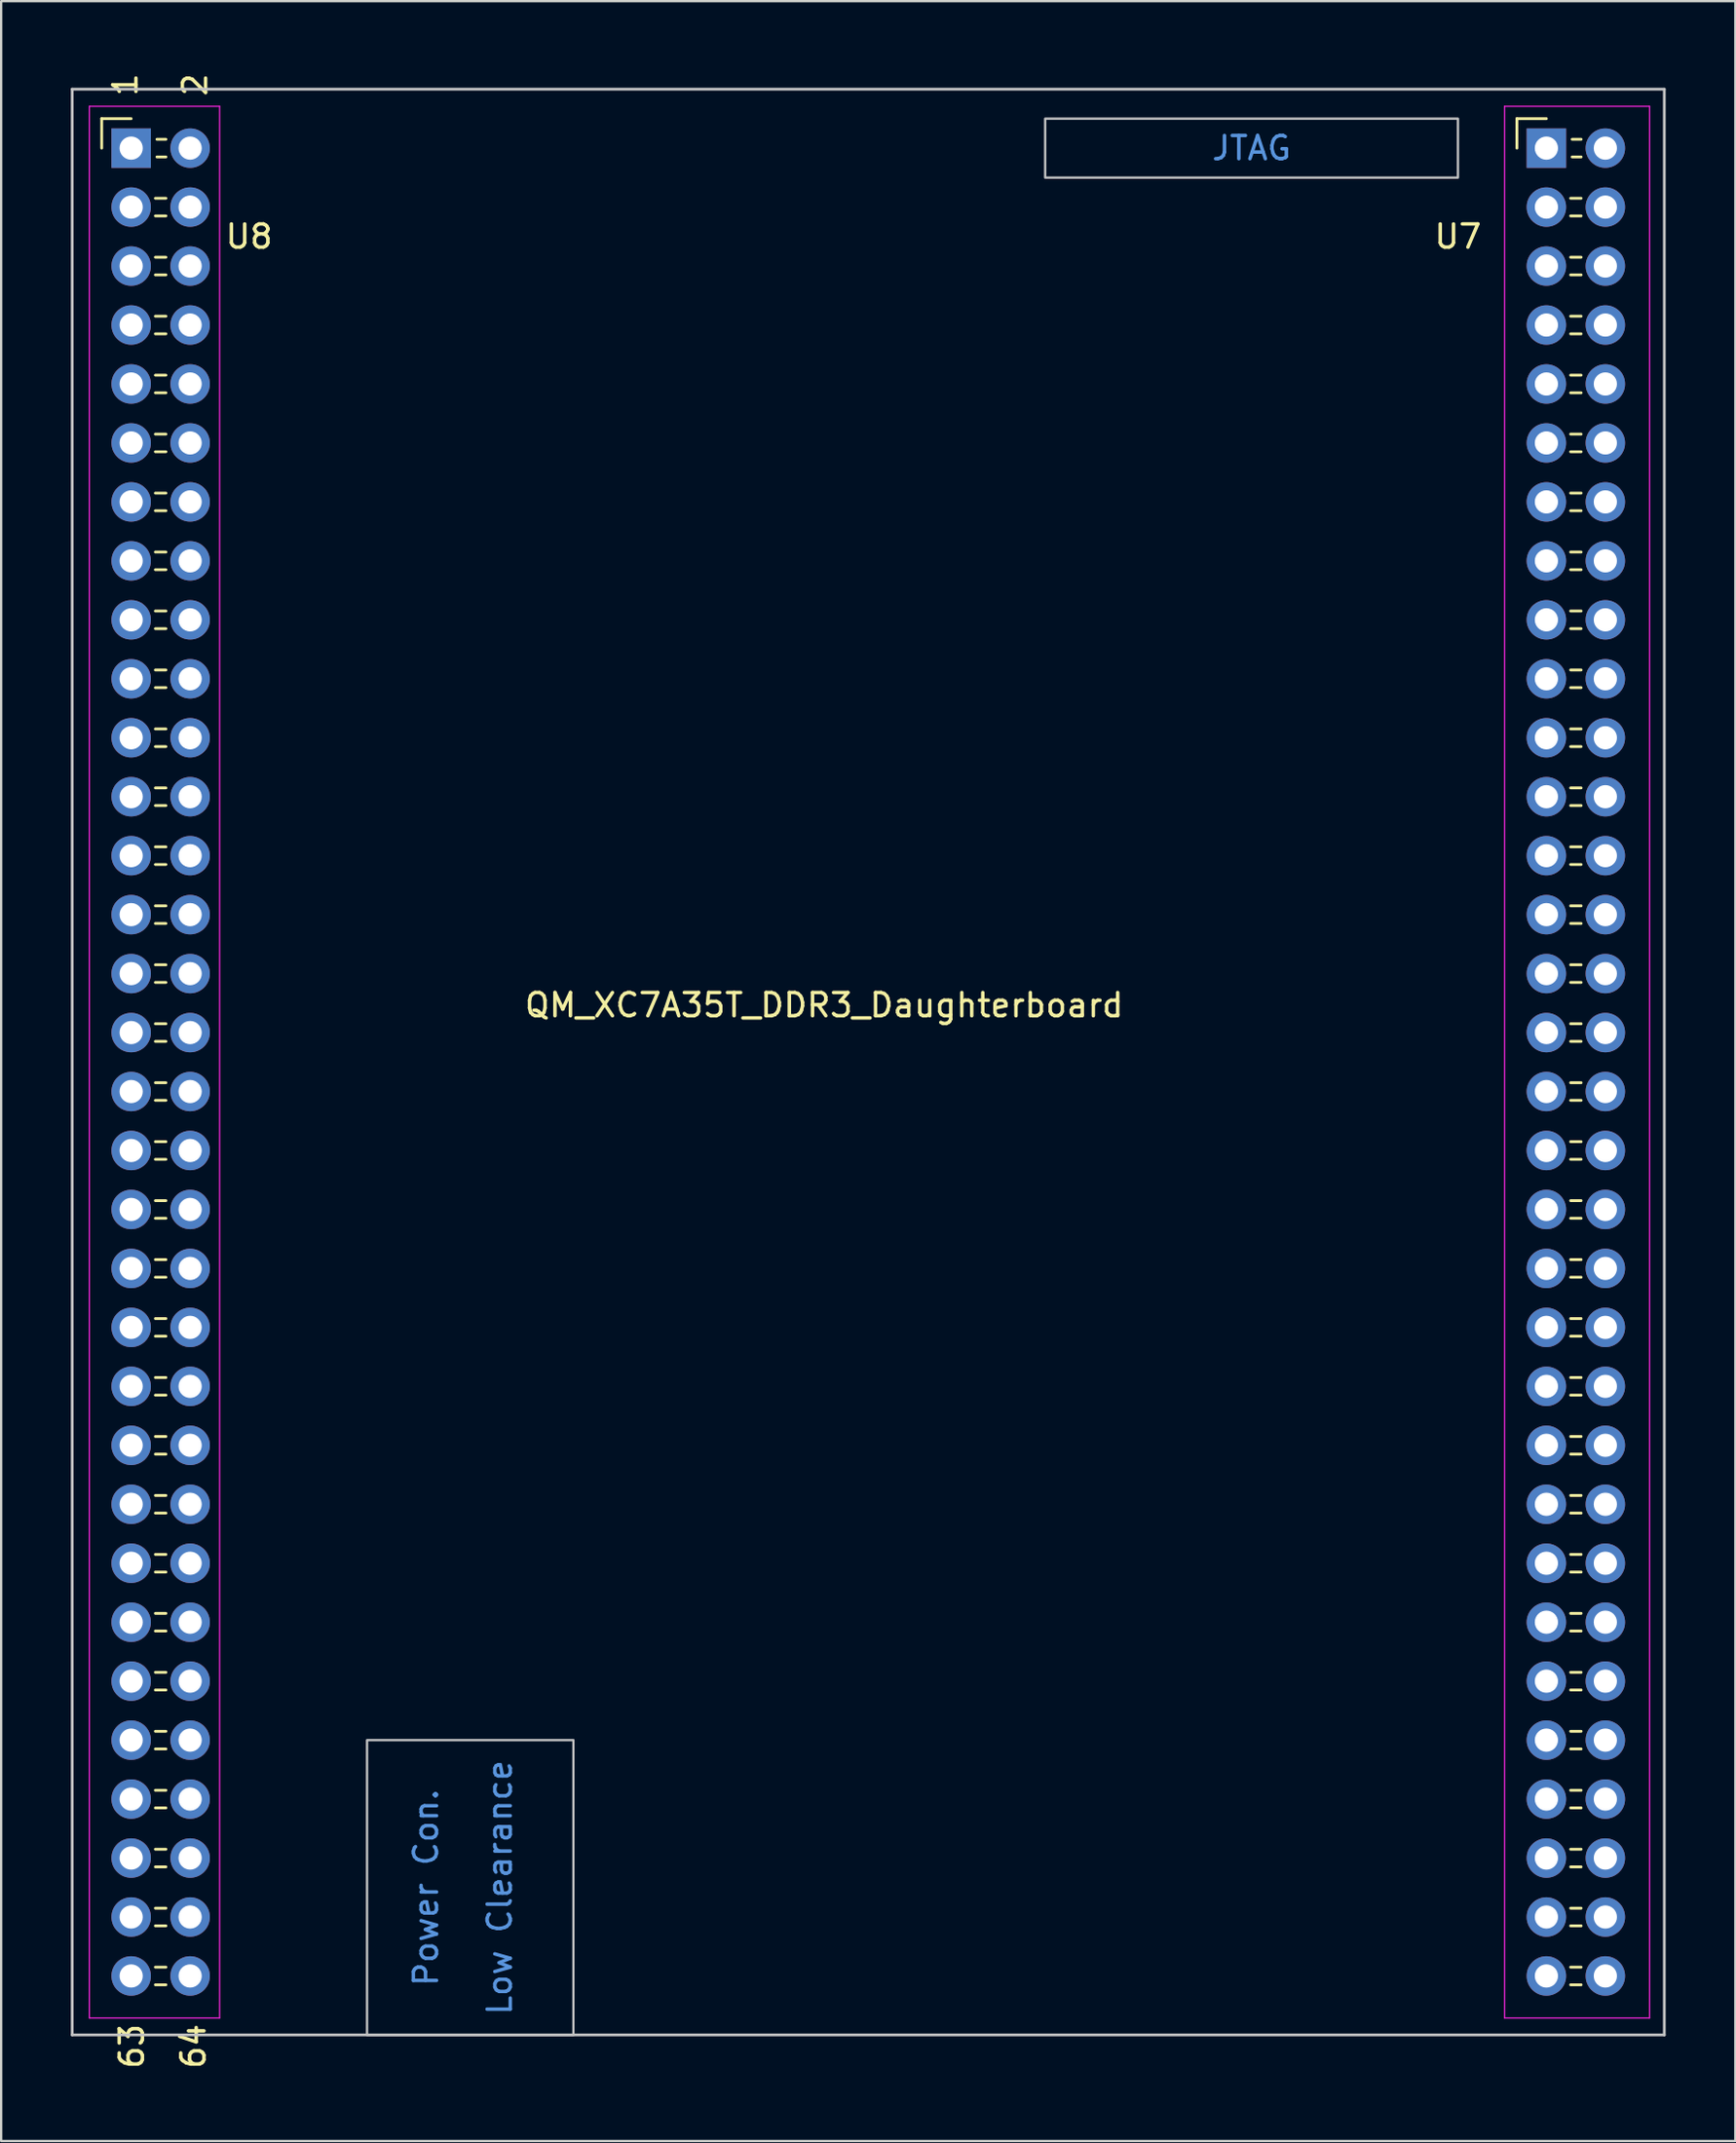
<source format=kicad_pcb>
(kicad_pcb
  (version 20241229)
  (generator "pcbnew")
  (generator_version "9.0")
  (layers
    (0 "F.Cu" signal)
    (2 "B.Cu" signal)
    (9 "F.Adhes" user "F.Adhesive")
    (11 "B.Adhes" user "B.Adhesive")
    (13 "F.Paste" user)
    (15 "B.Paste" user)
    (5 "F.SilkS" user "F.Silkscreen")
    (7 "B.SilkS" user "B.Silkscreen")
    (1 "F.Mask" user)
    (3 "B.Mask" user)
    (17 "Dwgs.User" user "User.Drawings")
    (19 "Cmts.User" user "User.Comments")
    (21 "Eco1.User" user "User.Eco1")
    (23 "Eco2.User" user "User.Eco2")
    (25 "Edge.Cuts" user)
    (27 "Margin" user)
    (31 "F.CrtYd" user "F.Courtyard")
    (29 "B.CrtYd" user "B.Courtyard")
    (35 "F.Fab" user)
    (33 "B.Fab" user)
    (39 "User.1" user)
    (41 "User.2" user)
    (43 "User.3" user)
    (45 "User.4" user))
  (footprint "QM_XC7A35T_DDR3_Daughterboard"
    (layer "F.Cu")
    (at 34.35 42.701)
    (property "Reference" "QM_XC7A35T_DDR3_Daughterboard" (at -1.9 -2.45 0) (layer "F.SilkS") (effects (font (size 1 1) (thickness 0.15))))
    (attr through_hole)
    (fp_line (start -33.02 -40.64) (end -31.75 -40.64) (stroke (width 0.12) (type solid)) (layer "F.SilkS"))
    (fp_line (start -33.02 -39.37) (end -33.02 -40.64) (stroke (width 0.12) (type solid)) (layer "F.SilkS"))
    (fp_line (start -30.707 -37.21) (end -30.253 -37.21) (stroke (width 0.12) (type solid)) (layer "F.SilkS"))
    (fp_line (start -30.707 -36.45) (end -30.253 -36.45) (stroke (width 0.12) (type solid)) (layer "F.SilkS"))
    (fp_line (start -30.707 -34.67) (end -30.253 -34.67) (stroke (width 0.12) (type solid)) (layer "F.SilkS"))
    (fp_line (start -30.707 -33.91) (end -30.253 -33.91) (stroke (width 0.12) (type solid)) (layer "F.SilkS"))
    (fp_line (start -30.707 -32.13) (end -30.253 -32.13) (stroke (width 0.12) (type solid)) (layer "F.SilkS"))
    (fp_line (start -30.707 -31.37) (end -30.253 -31.37) (stroke (width 0.12) (type solid)) (layer "F.SilkS"))
    (fp_line (start -30.707 -29.59) (end -30.253 -29.59) (stroke (width 0.12) (type solid)) (layer "F.SilkS"))
    (fp_line (start -30.707 -28.83) (end -30.253 -28.83) (stroke (width 0.12) (type solid)) (layer "F.SilkS"))
    (fp_line (start -30.707 -27.05) (end -30.253 -27.05) (stroke (width 0.12) (type solid)) (layer "F.SilkS"))
    (fp_line (start -30.707 -26.29) (end -30.253 -26.29) (stroke (width 0.12) (type solid)) (layer "F.SilkS"))
    (fp_line (start -30.707 -24.51) (end -30.253 -24.51) (stroke (width 0.12) (type solid)) (layer "F.SilkS"))
    (fp_line (start -30.707 -23.75) (end -30.253 -23.75) (stroke (width 0.12) (type solid)) (layer "F.SilkS"))
    (fp_line (start -30.707 -21.97) (end -30.253 -21.97) (stroke (width 0.12) (type solid)) (layer "F.SilkS"))
    (fp_line (start -30.707 -21.21) (end -30.253 -21.21) (stroke (width 0.12) (type solid)) (layer "F.SilkS"))
    (fp_line (start -30.707 -19.43) (end -30.253 -19.43) (stroke (width 0.12) (type solid)) (layer "F.SilkS"))
    (fp_line (start -30.707 -18.67) (end -30.253 -18.67) (stroke (width 0.12) (type solid)) (layer "F.SilkS"))
    (fp_line (start -30.707 -16.89) (end -30.253 -16.89) (stroke (width 0.12) (type solid)) (layer "F.SilkS"))
    (fp_line (start -30.707 -16.13) (end -30.253 -16.13) (stroke (width 0.12) (type solid)) (layer "F.SilkS"))
    (fp_line (start -30.707 -14.35) (end -30.253 -14.35) (stroke (width 0.12) (type solid)) (layer "F.SilkS"))
    (fp_line (start -30.707 -13.59) (end -30.253 -13.59) (stroke (width 0.12) (type solid)) (layer "F.SilkS"))
    (fp_line (start -30.707 -11.81) (end -30.253 -11.81) (stroke (width 0.12) (type solid)) (layer "F.SilkS"))
    (fp_line (start -30.707 -11.05) (end -30.253 -11.05) (stroke (width 0.12) (type solid)) (layer "F.SilkS"))
    (fp_line (start -30.707 -9.27) (end -30.253 -9.27) (stroke (width 0.12) (type solid)) (layer "F.SilkS"))
    (fp_line (start -30.707 -8.51) (end -30.253 -8.51) (stroke (width 0.12) (type solid)) (layer "F.SilkS"))
    (fp_line (start -30.707 -6.73) (end -30.253 -6.73) (stroke (width 0.12) (type solid)) (layer "F.SilkS"))
    (fp_line (start -30.707 -5.97) (end -30.253 -5.97) (stroke (width 0.12) (type solid)) (layer "F.SilkS"))
    (fp_line (start -30.707 -4.19) (end -30.253 -4.19) (stroke (width 0.12) (type solid)) (layer "F.SilkS"))
    (fp_line (start -30.707 -3.43) (end -30.253 -3.43) (stroke (width 0.12) (type solid)) (layer "F.SilkS"))
    (fp_line (start -30.707 -1.65) (end -30.253 -1.65) (stroke (width 0.12) (type solid)) (layer "F.SilkS"))
    (fp_line (start -30.707 -0.89) (end -30.253 -0.89) (stroke (width 0.12) (type solid)) (layer "F.SilkS"))
    (fp_line (start -30.707 0.89) (end -30.253 0.89) (stroke (width 0.12) (type solid)) (layer "F.SilkS"))
    (fp_line (start -30.707 1.65) (end -30.253 1.65) (stroke (width 0.12) (type solid)) (layer "F.SilkS"))
    (fp_line (start -30.707 3.43) (end -30.253 3.43) (stroke (width 0.12) (type solid)) (layer "F.SilkS"))
    (fp_line (start -30.707 4.19) (end -30.253 4.19) (stroke (width 0.12) (type solid)) (layer "F.SilkS"))
    (fp_line (start -30.707 5.97) (end -30.253 5.97) (stroke (width 0.12) (type solid)) (layer "F.SilkS"))
    (fp_line (start -30.707 6.73) (end -30.253 6.73) (stroke (width 0.12) (type solid)) (layer "F.SilkS"))
    (fp_line (start -30.707 8.51) (end -30.253 8.51) (stroke (width 0.12) (type solid)) (layer "F.SilkS"))
    (fp_line (start -30.707 9.27) (end -30.253 9.27) (stroke (width 0.12) (type solid)) (layer "F.SilkS"))
    (fp_line (start -30.707 11.05) (end -30.253 11.05) (stroke (width 0.12) (type solid)) (layer "F.SilkS"))
    (fp_line (start -30.707 11.81) (end -30.253 11.81) (stroke (width 0.12) (type solid)) (layer "F.SilkS"))
    (fp_line (start -30.707 13.59) (end -30.253 13.59) (stroke (width 0.12) (type solid)) (layer "F.SilkS"))
    (fp_line (start -30.707 14.35) (end -30.253 14.35) (stroke (width 0.12) (type solid)) (layer "F.SilkS"))
    (fp_line (start -30.707 16.13) (end -30.253 16.13) (stroke (width 0.12) (type solid)) (layer "F.SilkS"))
    (fp_line (start -30.707 16.89) (end -30.253 16.89) (stroke (width 0.12) (type solid)) (layer "F.SilkS"))
    (fp_line (start -30.707 18.67) (end -30.253 18.67) (stroke (width 0.12) (type solid)) (layer "F.SilkS"))
    (fp_line (start -30.707 19.43) (end -30.253 19.43) (stroke (width 0.12) (type solid)) (layer "F.SilkS"))
    (fp_line (start -30.707 21.21) (end -30.253 21.21) (stroke (width 0.12) (type solid)) (layer "F.SilkS"))
    (fp_line (start -30.707 21.97) (end -30.253 21.97) (stroke (width 0.12) (type solid)) (layer "F.SilkS"))
    (fp_line (start -30.707 23.75) (end -30.253 23.75) (stroke (width 0.12) (type solid)) (layer "F.SilkS"))
    (fp_line (start -30.707 24.51) (end -30.253 24.51) (stroke (width 0.12) (type solid)) (layer "F.SilkS"))
    (fp_line (start -30.707 26.29) (end -30.253 26.29) (stroke (width 0.12) (type solid)) (layer "F.SilkS"))
    (fp_line (start -30.707 27.05) (end -30.253 27.05) (stroke (width 0.12) (type solid)) (layer "F.SilkS"))
    (fp_line (start -30.707 28.83) (end -30.253 28.83) (stroke (width 0.12) (type solid)) (layer "F.SilkS"))
    (fp_line (start -30.707 29.59) (end -30.253 29.59) (stroke (width 0.12) (type solid)) (layer "F.SilkS"))
    (fp_line (start -30.707 31.37) (end -30.253 31.37) (stroke (width 0.12) (type solid)) (layer "F.SilkS"))
    (fp_line (start -30.707 32.13) (end -30.253 32.13) (stroke (width 0.12) (type solid)) (layer "F.SilkS"))
    (fp_line (start -30.707 33.91) (end -30.253 33.91) (stroke (width 0.12) (type solid)) (layer "F.SilkS"))
    (fp_line (start -30.707 34.67) (end -30.253 34.67) (stroke (width 0.12) (type solid)) (layer "F.SilkS"))
    (fp_line (start -30.707 36.45) (end -30.253 36.45) (stroke (width 0.12) (type solid)) (layer "F.SilkS"))
    (fp_line (start -30.707 37.21) (end -30.253 37.21) (stroke (width 0.12) (type solid)) (layer "F.SilkS"))
    (fp_line (start -30.707 38.99) (end -30.253 38.99) (stroke (width 0.12) (type solid)) (layer "F.SilkS"))
    (fp_line (start -30.707 39.75) (end -30.253 39.75) (stroke (width 0.12) (type solid)) (layer "F.SilkS"))
    (fp_line (start -30.64 -39.75) (end -30.253 -39.75) (stroke (width 0.12) (type solid)) (layer "F.SilkS"))
    (fp_line (start -30.64 -38.99) (end -30.253 -38.99) (stroke (width 0.12) (type solid)) (layer "F.SilkS"))
    (fp_line (start 27.94 -40.64) (end 29.21 -40.64) (stroke (width 0.12) (type solid)) (layer "F.SilkS"))
    (fp_line (start 27.94 -39.37) (end 27.94 -40.64) (stroke (width 0.12) (type solid)) (layer "F.SilkS"))
    (fp_line (start 30.253 -37.21) (end 30.707 -37.21) (stroke (width 0.12) (type solid)) (layer "F.SilkS"))
    (fp_line (start 30.253 -36.45) (end 30.707 -36.45) (stroke (width 0.12) (type solid)) (layer "F.SilkS"))
    (fp_line (start 30.253 -34.67) (end 30.707 -34.67) (stroke (width 0.12) (type solid)) (layer "F.SilkS"))
    (fp_line (start 30.253 -33.91) (end 30.707 -33.91) (stroke (width 0.12) (type solid)) (layer "F.SilkS"))
    (fp_line (start 30.253 -32.13) (end 30.707 -32.13) (stroke (width 0.12) (type solid)) (layer "F.SilkS"))
    (fp_line (start 30.253 -31.37) (end 30.707 -31.37) (stroke (width 0.12) (type solid)) (layer "F.SilkS"))
    (fp_line (start 30.253 -29.59) (end 30.707 -29.59) (stroke (width 0.12) (type solid)) (layer "F.SilkS"))
    (fp_line (start 30.253 -28.83) (end 30.707 -28.83) (stroke (width 0.12) (type solid)) (layer "F.SilkS"))
    (fp_line (start 30.253 -27.05) (end 30.707 -27.05) (stroke (width 0.12) (type solid)) (layer "F.SilkS"))
    (fp_line (start 30.253 -26.29) (end 30.707 -26.29) (stroke (width 0.12) (type solid)) (layer "F.SilkS"))
    (fp_line (start 30.253 -24.51) (end 30.707 -24.51) (stroke (width 0.12) (type solid)) (layer "F.SilkS"))
    (fp_line (start 30.253 -23.75) (end 30.707 -23.75) (stroke (width 0.12) (type solid)) (layer "F.SilkS"))
    (fp_line (start 30.253 -21.97) (end 30.707 -21.97) (stroke (width 0.12) (type solid)) (layer "F.SilkS"))
    (fp_line (start 30.253 -21.21) (end 30.707 -21.21) (stroke (width 0.12) (type solid)) (layer "F.SilkS"))
    (fp_line (start 30.253 -19.43) (end 30.707 -19.43) (stroke (width 0.12) (type solid)) (layer "F.SilkS"))
    (fp_line (start 30.253 -18.67) (end 30.707 -18.67) (stroke (width 0.12) (type solid)) (layer "F.SilkS"))
    (fp_line (start 30.253 -16.89) (end 30.707 -16.89) (stroke (width 0.12) (type solid)) (layer "F.SilkS"))
    (fp_line (start 30.253 -16.13) (end 30.707 -16.13) (stroke (width 0.12) (type solid)) (layer "F.SilkS"))
    (fp_line (start 30.253 -14.35) (end 30.707 -14.35) (stroke (width 0.12) (type solid)) (layer "F.SilkS"))
    (fp_line (start 30.253 -13.59) (end 30.707 -13.59) (stroke (width 0.12) (type solid)) (layer "F.SilkS"))
    (fp_line (start 30.253 -11.81) (end 30.707 -11.81) (stroke (width 0.12) (type solid)) (layer "F.SilkS"))
    (fp_line (start 30.253 -11.05) (end 30.707 -11.05) (stroke (width 0.12) (type solid)) (layer "F.SilkS"))
    (fp_line (start 30.253 -9.27) (end 30.707 -9.27) (stroke (width 0.12) (type solid)) (layer "F.SilkS"))
    (fp_line (start 30.253 -8.51) (end 30.707 -8.51) (stroke (width 0.12) (type solid)) (layer "F.SilkS"))
    (fp_line (start 30.253 -6.73) (end 30.707 -6.73) (stroke (width 0.12) (type solid)) (layer "F.SilkS"))
    (fp_line (start 30.253 -5.97) (end 30.707 -5.97) (stroke (width 0.12) (type solid)) (layer "F.SilkS"))
    (fp_line (start 30.253 -4.19) (end 30.707 -4.19) (stroke (width 0.12) (type solid)) (layer "F.SilkS"))
    (fp_line (start 30.253 -3.43) (end 30.707 -3.43) (stroke (width 0.12) (type solid)) (layer "F.SilkS"))
    (fp_line (start 30.253 -1.65) (end 30.707 -1.65) (stroke (width 0.12) (type solid)) (layer "F.SilkS"))
    (fp_line (start 30.253 -0.89) (end 30.707 -0.89) (stroke (width 0.12) (type solid)) (layer "F.SilkS"))
    (fp_line (start 30.253 0.89) (end 30.707 0.89) (stroke (width 0.12) (type solid)) (layer "F.SilkS"))
    (fp_line (start 30.253 1.65) (end 30.707 1.65) (stroke (width 0.12) (type solid)) (layer "F.SilkS"))
    (fp_line (start 30.253 3.43) (end 30.707 3.43) (stroke (width 0.12) (type solid)) (layer "F.SilkS"))
    (fp_line (start 30.253 4.19) (end 30.707 4.19) (stroke (width 0.12) (type solid)) (layer "F.SilkS"))
    (fp_line (start 30.253 5.97) (end 30.707 5.97) (stroke (width 0.12) (type solid)) (layer "F.SilkS"))
    (fp_line (start 30.253 6.73) (end 30.707 6.73) (stroke (width 0.12) (type solid)) (layer "F.SilkS"))
    (fp_line (start 30.253 8.51) (end 30.707 8.51) (stroke (width 0.12) (type solid)) (layer "F.SilkS"))
    (fp_line (start 30.253 9.27) (end 30.707 9.27) (stroke (width 0.12) (type solid)) (layer "F.SilkS"))
    (fp_line (start 30.253 11.05) (end 30.707 11.05) (stroke (width 0.12) (type solid)) (layer "F.SilkS"))
    (fp_line (start 30.253 11.81) (end 30.707 11.81) (stroke (width 0.12) (type solid)) (layer "F.SilkS"))
    (fp_line (start 30.253 13.59) (end 30.707 13.59) (stroke (width 0.12) (type solid)) (layer "F.SilkS"))
    (fp_line (start 30.253 14.35) (end 30.707 14.35) (stroke (width 0.12) (type solid)) (layer "F.SilkS"))
    (fp_line (start 30.253 16.13) (end 30.707 16.13) (stroke (width 0.12) (type solid)) (layer "F.SilkS"))
    (fp_line (start 30.253 16.89) (end 30.707 16.89) (stroke (width 0.12) (type solid)) (layer "F.SilkS"))
    (fp_line (start 30.253 18.67) (end 30.707 18.67) (stroke (width 0.12) (type solid)) (layer "F.SilkS"))
    (fp_line (start 30.253 19.43) (end 30.707 19.43) (stroke (width 0.12) (type solid)) (layer "F.SilkS"))
    (fp_line (start 30.253 21.21) (end 30.707 21.21) (stroke (width 0.12) (type solid)) (layer "F.SilkS"))
    (fp_line (start 30.253 21.97) (end 30.707 21.97) (stroke (width 0.12) (type solid)) (layer "F.SilkS"))
    (fp_line (start 30.253 23.75) (end 30.707 23.75) (stroke (width 0.12) (type solid)) (layer "F.SilkS"))
    (fp_line (start 30.253 24.51) (end 30.707 24.51) (stroke (width 0.12) (type solid)) (layer "F.SilkS"))
    (fp_line (start 30.253 26.29) (end 30.707 26.29) (stroke (width 0.12) (type solid)) (layer "F.SilkS"))
    (fp_line (start 30.253 27.05) (end 30.707 27.05) (stroke (width 0.12) (type solid)) (layer "F.SilkS"))
    (fp_line (start 30.253 28.83) (end 30.707 28.83) (stroke (width 0.12) (type solid)) (layer "F.SilkS"))
    (fp_line (start 30.253 29.59) (end 30.707 29.59) (stroke (width 0.12) (type solid)) (layer "F.SilkS"))
    (fp_line (start 30.253 31.37) (end 30.707 31.37) (stroke (width 0.12) (type solid)) (layer "F.SilkS"))
    (fp_line (start 30.253 32.13) (end 30.707 32.13) (stroke (width 0.12) (type solid)) (layer "F.SilkS"))
    (fp_line (start 30.253 33.91) (end 30.707 33.91) (stroke (width 0.12) (type solid)) (layer "F.SilkS"))
    (fp_line (start 30.253 34.67) (end 30.707 34.67) (stroke (width 0.12) (type solid)) (layer "F.SilkS"))
    (fp_line (start 30.253 36.45) (end 30.707 36.45) (stroke (width 0.12) (type solid)) (layer "F.SilkS"))
    (fp_line (start 30.253 37.21) (end 30.707 37.21) (stroke (width 0.12) (type solid)) (layer "F.SilkS"))
    (fp_line (start 30.253 38.99) (end 30.707 38.99) (stroke (width 0.12) (type solid)) (layer "F.SilkS"))
    (fp_line (start 30.253 39.75) (end 30.707 39.75) (stroke (width 0.12) (type solid)) (layer "F.SilkS"))
    (fp_line (start 30.32 -39.75) (end 30.707 -39.75) (stroke (width 0.12) (type solid)) (layer "F.SilkS"))
    (fp_line (start 30.32 -38.99) (end 30.707 -38.99) (stroke (width 0.12) (type solid)) (layer "F.SilkS"))
    (fp_line (start -34.29 -41.91) (end 34.29 -41.91) (stroke (width 0.12) (type solid)) (layer "Dwgs.User"))
    (fp_line (start -34.29 41.91) (end -34.29 -41.91) (stroke (width 0.12) (type solid)) (layer "Dwgs.User"))
    (fp_line (start 34.29 -41.91) (end 34.29 41.91) (stroke (width 0.12) (type solid)) (layer "Dwgs.User"))
    (fp_line (start 34.29 41.91) (end -34.29 41.91) (stroke (width 0.12) (type solid)) (layer "Dwgs.User"))
    (fp_poly (pts (xy -21.59 41.91) (xy -21.59 29.21) (xy -12.7 29.21) (xy -12.7 41.91)) (stroke (width 0.1) (type solid)) (fill no) (layer "Dwgs.User"))
    (fp_poly (pts (xy 25.4 -40.64) (xy 7.62 -40.64) (xy 7.62 -38.1) (xy 25.4 -38.1)) (stroke (width 0.1) (type solid)) (fill no) (layer "Dwgs.User"))
    (fp_line (start -33.55 -41.17) (end -33.55 41.18) (stroke (width 0.05) (type solid)) (layer "F.CrtYd"))
    (fp_line (start -33.55 41.18) (end -27.94 41.18) (stroke (width 0.05) (type solid)) (layer "F.CrtYd"))
    (fp_line (start -27.94 -41.17) (end -33.55 -41.17) (stroke (width 0.05) (type solid)) (layer "F.CrtYd"))
    (fp_line (start -27.94 41.18) (end -27.94 -41.17) (stroke (width 0.05) (type solid)) (layer "F.CrtYd"))
    (fp_line (start 27.41 -41.17) (end 27.41 41.18) (stroke (width 0.05) (type solid)) (layer "F.CrtYd"))
    (fp_line (start 27.41 41.18) (end 33.655 41.18) (stroke (width 0.05) (type solid)) (layer "F.CrtYd"))
    (fp_line (start 33.655 -41.17) (end 27.41 -41.17) (stroke (width 0.05) (type solid)) (layer "F.CrtYd"))
    (fp_line (start 33.655 41.18) (end 33.655 -41.17) (stroke (width 0.05) (type solid)) (layer "F.CrtYd"))
    (fp_text user "1" (at -32 -42.1 90) (layer "F.SilkS") (effects (font (size 1 1) (thickness 0.15))))
    (fp_text user "2" (at -29 -42.1 90) (layer "F.SilkS") (effects (font (size 1 1) (thickness 0.15))))
    (fp_text user "64" (at -29.07 42.4 90) (layer "F.SilkS") (effects (font (size 1 1) (thickness 0.15))))
    (fp_text user "U7" (at 25.4 -35.56 0) (layer "F.SilkS") (effects (font (size 1 1) (thickness 0.15))))
    (fp_text user "63" (at -31.72 42.4 90) (layer "F.SilkS") (effects (font (size 1 1) (thickness 0.15))))
    (fp_text user "U8" (at -26.67 -35.56 0) (layer "F.SilkS") (effects (font (size 1 1) (thickness 0.15))))
    (fp_text user "JTAG" (at 16.51 -39.37 0) (layer "Cmts.User") (effects (font (size 1 1) (thickness 0.15))))
    (fp_text user "Low Clearance" (at -15.875 35.56 90) (layer "Cmts.User") (effects (font (size 1 1) (thickness 0.15))))
    (fp_text user "Power Con." (at -19.05 35.56 90) (layer "Cmts.User") (effects (font (size 1 1) (thickness 0.15))))
    (pad "U71" thru_hole rect (at 29.21 -39.37) (size 1.7 1.7) (drill 1) (layers "*.Cu" "*.Mask"))
    (pad "U72" thru_hole oval (at 31.75 -39.37) (size 1.7 1.7) (drill 1) (layers "*.Cu" "*.Mask"))
    (pad "U73" thru_hole oval (at 29.21 -36.83) (size 1.7 1.7) (drill 1) (layers "*.Cu" "*.Mask"))
    (pad "U74" thru_hole oval (at 31.75 -36.83) (size 1.7 1.7) (drill 1) (layers "*.Cu" "*.Mask"))
    (pad "U75" thru_hole oval (at 29.21 -34.29) (size 1.7 1.7) (drill 1) (layers "*.Cu" "*.Mask"))
    (pad "U76" thru_hole oval (at 31.75 -34.29) (size 1.7 1.7) (drill 1) (layers "*.Cu" "*.Mask"))
    (pad "U77" thru_hole oval (at 29.21 -31.75) (size 1.7 1.7) (drill 1) (layers "*.Cu" "*.Mask"))
    (pad "U78" thru_hole oval (at 31.75 -31.75) (size 1.7 1.7) (drill 1) (layers "*.Cu" "*.Mask"))
    (pad "U79" thru_hole oval (at 29.21 -29.21) (size 1.7 1.7) (drill 1) (layers "*.Cu" "*.Mask"))
    (pad "U81" thru_hole rect (at -31.75 -39.37) (size 1.7 1.7) (drill 1) (layers "*.Cu" "*.Mask"))
    (pad "U82" thru_hole oval (at -29.21 -39.37) (size 1.7 1.7) (drill 1) (layers "*.Cu" "*.Mask"))
    (pad "U83" thru_hole oval (at -31.75 -36.83) (size 1.7 1.7) (drill 1) (layers "*.Cu" "*.Mask"))
    (pad "U84" thru_hole oval (at -29.21 -36.83) (size 1.7 1.7) (drill 1) (layers "*.Cu" "*.Mask"))
    (pad "U85" thru_hole oval (at -31.75 -34.29) (size 1.7 1.7) (drill 1) (layers "*.Cu" "*.Mask"))
    (pad "U86" thru_hole oval (at -29.21 -34.29) (size 1.7 1.7) (drill 1) (layers "*.Cu" "*.Mask"))
    (pad "U87" thru_hole oval (at -31.75 -31.75) (size 1.7 1.7) (drill 1) (layers "*.Cu" "*.Mask"))
    (pad "U88" thru_hole oval (at -29.21 -31.75) (size 1.7 1.7) (drill 1) (layers "*.Cu" "*.Mask"))
    (pad "U89" thru_hole oval (at -31.75 -29.21) (size 1.7 1.7) (drill 1) (layers "*.Cu" "*.Mask"))
    (pad "U710" thru_hole oval (at 31.75 -29.21) (size 1.7 1.7) (drill 1) (layers "*.Cu" "*.Mask"))
    (pad "U711" thru_hole oval (at 29.21 -26.67) (size 1.7 1.7) (drill 1) (layers "*.Cu" "*.Mask"))
    (pad "U712" thru_hole oval (at 31.75 -26.67) (size 1.7 1.7) (drill 1) (layers "*.Cu" "*.Mask"))
    (pad "U713" thru_hole oval (at 29.21 -24.13) (size 1.7 1.7) (drill 1) (layers "*.Cu" "*.Mask"))
    (pad "U714" thru_hole oval (at 31.75 -24.13) (size 1.7 1.7) (drill 1) (layers "*.Cu" "*.Mask"))
    (pad "U715" thru_hole oval (at 29.21 -21.59) (size 1.7 1.7) (drill 1) (layers "*.Cu" "*.Mask"))
    (pad "U716" thru_hole oval (at 31.75 -21.59) (size 1.7 1.7) (drill 1) (layers "*.Cu" "*.Mask"))
    (pad "U717" thru_hole oval (at 29.21 -19.05) (size 1.7 1.7) (drill 1) (layers "*.Cu" "*.Mask"))
    (pad "U718" thru_hole oval (at 31.75 -19.05) (size 1.7 1.7) (drill 1) (layers "*.Cu" "*.Mask"))
    (pad "U719" thru_hole oval (at 29.21 -16.51) (size 1.7 1.7) (drill 1) (layers "*.Cu" "*.Mask"))
    (pad "U720" thru_hole oval (at 31.75 -16.51) (size 1.7 1.7) (drill 1) (layers "*.Cu" "*.Mask"))
    (pad "U721" thru_hole oval (at 29.21 -13.97) (size 1.7 1.7) (drill 1) (layers "*.Cu" "*.Mask"))
    (pad "U722" thru_hole oval (at 31.75 -13.97) (size 1.7 1.7) (drill 1) (layers "*.Cu" "*.Mask"))
    (pad "U723" thru_hole oval (at 29.21 -11.43) (size 1.7 1.7) (drill 1) (layers "*.Cu" "*.Mask"))
    (pad "U724" thru_hole oval (at 31.75 -11.43) (size 1.7 1.7) (drill 1) (layers "*.Cu" "*.Mask"))
    (pad "U725" thru_hole oval (at 29.21 -8.89) (size 1.7 1.7) (drill 1) (layers "*.Cu" "*.Mask"))
    (pad "U726" thru_hole oval (at 31.75 -8.89) (size 1.7 1.7) (drill 1) (layers "*.Cu" "*.Mask"))
    (pad "U727" thru_hole oval (at 29.21 -6.35) (size 1.7 1.7) (drill 1) (layers "*.Cu" "*.Mask"))
    (pad "U728" thru_hole oval (at 31.75 -6.35) (size 1.7 1.7) (drill 1) (layers "*.Cu" "*.Mask"))
    (pad "U729" thru_hole oval (at 29.21 -3.81) (size 1.7 1.7) (drill 1) (layers "*.Cu" "*.Mask"))
    (pad "U730" thru_hole oval (at 31.75 -3.81) (size 1.7 1.7) (drill 1) (layers "*.Cu" "*.Mask"))
    (pad "U731" thru_hole oval (at 29.21 -1.27) (size 1.7 1.7) (drill 1) (layers "*.Cu" "*.Mask"))
    (pad "U732" thru_hole oval (at 31.75 -1.27) (size 1.7 1.7) (drill 1) (layers "*.Cu" "*.Mask"))
    (pad "U733" thru_hole oval (at 29.21 1.27) (size 1.7 1.7) (drill 1) (layers "*.Cu" "*.Mask"))
    (pad "U734" thru_hole oval (at 31.75 1.27) (size 1.7 1.7) (drill 1) (layers "*.Cu" "*.Mask"))
    (pad "U735" thru_hole oval (at 29.21 3.81) (size 1.7 1.7) (drill 1) (layers "*.Cu" "*.Mask"))
    (pad "U736" thru_hole oval (at 31.75 3.81) (size 1.7 1.7) (drill 1) (layers "*.Cu" "*.Mask"))
    (pad "U737" thru_hole oval (at 29.21 6.35) (size 1.7 1.7) (drill 1) (layers "*.Cu" "*.Mask"))
    (pad "U738" thru_hole oval (at 31.75 6.35) (size 1.7 1.7) (drill 1) (layers "*.Cu" "*.Mask"))
    (pad "U739" thru_hole oval (at 29.21 8.89) (size 1.7 1.7) (drill 1) (layers "*.Cu" "*.Mask"))
    (pad "U740" thru_hole oval (at 31.75 8.89) (size 1.7 1.7) (drill 1) (layers "*.Cu" "*.Mask"))
    (pad "U741" thru_hole oval (at 29.21 11.43) (size 1.7 1.7) (drill 1) (layers "*.Cu" "*.Mask"))
    (pad "U742" thru_hole oval (at 31.75 11.43) (size 1.7 1.7) (drill 1) (layers "*.Cu" "*.Mask"))
    (pad "U743" thru_hole oval (at 29.21 13.97) (size 1.7 1.7) (drill 1) (layers "*.Cu" "*.Mask"))
    (pad "U744" thru_hole oval (at 31.75 13.97) (size 1.7 1.7) (drill 1) (layers "*.Cu" "*.Mask"))
    (pad "U745" thru_hole oval (at 29.21 16.51) (size 1.7 1.7) (drill 1) (layers "*.Cu" "*.Mask"))
    (pad "U746" thru_hole oval (at 31.75 16.51) (size 1.7 1.7) (drill 1) (layers "*.Cu" "*.Mask"))
    (pad "U747" thru_hole oval (at 29.21 19.05) (size 1.7 1.7) (drill 1) (layers "*.Cu" "*.Mask"))
    (pad "U748" thru_hole oval (at 31.75 19.05) (size 1.7 1.7) (drill 1) (layers "*.Cu" "*.Mask"))
    (pad "U749" thru_hole oval (at 29.21 21.59) (size 1.7 1.7) (drill 1) (layers "*.Cu" "*.Mask"))
    (pad "U750" thru_hole oval (at 31.75 21.59) (size 1.7 1.7) (drill 1) (layers "*.Cu" "*.Mask"))
    (pad "U751" thru_hole oval (at 29.21 24.13) (size 1.7 1.7) (drill 1) (layers "*.Cu" "*.Mask"))
    (pad "U752" thru_hole oval (at 31.75 24.13) (size 1.7 1.7) (drill 1) (layers "*.Cu" "*.Mask"))
    (pad "U753" thru_hole oval (at 29.21 26.67) (size 1.7 1.7) (drill 1) (layers "*.Cu" "*.Mask"))
    (pad "U754" thru_hole oval (at 31.75 26.67) (size 1.7 1.7) (drill 1) (layers "*.Cu" "*.Mask"))
    (pad "U755" thru_hole oval (at 29.21 29.21) (size 1.7 1.7) (drill 1) (layers "*.Cu" "*.Mask"))
    (pad "U756" thru_hole oval (at 31.75 29.21) (size 1.7 1.7) (drill 1) (layers "*.Cu" "*.Mask"))
    (pad "U757" thru_hole oval (at 29.21 31.75) (size 1.7 1.7) (drill 1) (layers "*.Cu" "*.Mask"))
    (pad "U758" thru_hole oval (at 31.75 31.75) (size 1.7 1.7) (drill 1) (layers "*.Cu" "*.Mask"))
    (pad "U759" thru_hole oval (at 29.21 34.29) (size 1.7 1.7) (drill 1) (layers "*.Cu" "*.Mask"))
    (pad "U760" thru_hole oval (at 31.75 34.29) (size 1.7 1.7) (drill 1) (layers "*.Cu" "*.Mask"))
    (pad "U761" thru_hole oval (at 29.21 36.83) (size 1.7 1.7) (drill 1) (layers "*.Cu" "*.Mask"))
    (pad "U762" thru_hole oval (at 31.75 36.83) (size 1.7 1.7) (drill 1) (layers "*.Cu" "*.Mask"))
    (pad "U763" thru_hole oval (at 29.21 39.37) (size 1.7 1.7) (drill 1) (layers "*.Cu" "*.Mask"))
    (pad "U764" thru_hole oval (at 31.75 39.37) (size 1.7 1.7) (drill 1) (layers "*.Cu" "*.Mask"))
    (pad "U810" thru_hole oval (at -29.21 -29.21) (size 1.7 1.7) (drill 1) (layers "*.Cu" "*.Mask"))
    (pad "U811" thru_hole oval (at -31.75 -26.67) (size 1.7 1.7) (drill 1) (layers "*.Cu" "*.Mask"))
    (pad "U812" thru_hole oval (at -29.21 -26.67) (size 1.7 1.7) (drill 1) (layers "*.Cu" "*.Mask"))
    (pad "U813" thru_hole oval (at -31.75 -24.13) (size 1.7 1.7) (drill 1) (layers "*.Cu" "*.Mask"))
    (pad "U814" thru_hole oval (at -29.21 -24.13) (size 1.7 1.7) (drill 1) (layers "*.Cu" "*.Mask"))
    (pad "U815" thru_hole oval (at -31.75 -21.59) (size 1.7 1.7) (drill 1) (layers "*.Cu" "*.Mask"))
    (pad "U816" thru_hole oval (at -29.21 -21.59) (size 1.7 1.7) (drill 1) (layers "*.Cu" "*.Mask"))
    (pad "U817" thru_hole oval (at -31.75 -19.05) (size 1.7 1.7) (drill 1) (layers "*.Cu" "*.Mask"))
    (pad "U818" thru_hole oval (at -29.21 -19.05) (size 1.7 1.7) (drill 1) (layers "*.Cu" "*.Mask"))
    (pad "U819" thru_hole oval (at -31.75 -16.51) (size 1.7 1.7) (drill 1) (layers "*.Cu" "*.Mask"))
    (pad "U820" thru_hole oval (at -29.21 -16.51) (size 1.7 1.7) (drill 1) (layers "*.Cu" "*.Mask"))
    (pad "U821" thru_hole oval (at -31.75 -13.97) (size 1.7 1.7) (drill 1) (layers "*.Cu" "*.Mask"))
    (pad "U822" thru_hole oval (at -29.21 -13.97) (size 1.7 1.7) (drill 1) (layers "*.Cu" "*.Mask"))
    (pad "U823" thru_hole oval (at -31.75 -11.43) (size 1.7 1.7) (drill 1) (layers "*.Cu" "*.Mask"))
    (pad "U824" thru_hole oval (at -29.21 -11.43) (size 1.7 1.7) (drill 1) (layers "*.Cu" "*.Mask"))
    (pad "U825" thru_hole oval (at -31.75 -8.89) (size 1.7 1.7) (drill 1) (layers "*.Cu" "*.Mask"))
    (pad "U826" thru_hole oval (at -29.21 -8.89) (size 1.7 1.7) (drill 1) (layers "*.Cu" "*.Mask"))
    (pad "U827" thru_hole oval (at -31.75 -6.35) (size 1.7 1.7) (drill 1) (layers "*.Cu" "*.Mask"))
    (pad "U828" thru_hole oval (at -29.21 -6.35) (size 1.7 1.7) (drill 1) (layers "*.Cu" "*.Mask"))
    (pad "U829" thru_hole oval (at -31.75 -3.81) (size 1.7 1.7) (drill 1) (layers "*.Cu" "*.Mask"))
    (pad "U830" thru_hole oval (at -29.21 -3.81) (size 1.7 1.7) (drill 1) (layers "*.Cu" "*.Mask"))
    (pad "U831" thru_hole oval (at -31.75 -1.27) (size 1.7 1.7) (drill 1) (layers "*.Cu" "*.Mask"))
    (pad "U832" thru_hole oval (at -29.21 -1.27) (size 1.7 1.7) (drill 1) (layers "*.Cu" "*.Mask"))
    (pad "U833" thru_hole oval (at -31.75 1.27) (size 1.7 1.7) (drill 1) (layers "*.Cu" "*.Mask"))
    (pad "U834" thru_hole oval (at -29.21 1.27) (size 1.7 1.7) (drill 1) (layers "*.Cu" "*.Mask"))
    (pad "U835" thru_hole oval (at -31.75 3.81) (size 1.7 1.7) (drill 1) (layers "*.Cu" "*.Mask"))
    (pad "U836" thru_hole oval (at -29.21 3.81) (size 1.7 1.7) (drill 1) (layers "*.Cu" "*.Mask"))
    (pad "U837" thru_hole oval (at -31.75 6.35) (size 1.7 1.7) (drill 1) (layers "*.Cu" "*.Mask"))
    (pad "U838" thru_hole oval (at -29.21 6.35) (size 1.7 1.7) (drill 1) (layers "*.Cu" "*.Mask"))
    (pad "U839" thru_hole oval (at -31.75 8.89) (size 1.7 1.7) (drill 1) (layers "*.Cu" "*.Mask"))
    (pad "U840" thru_hole oval (at -29.21 8.89) (size 1.7 1.7) (drill 1) (layers "*.Cu" "*.Mask"))
    (pad "U841" thru_hole oval (at -31.75 11.43) (size 1.7 1.7) (drill 1) (layers "*.Cu" "*.Mask"))
    (pad "U842" thru_hole oval (at -29.21 11.43) (size 1.7 1.7) (drill 1) (layers "*.Cu" "*.Mask"))
    (pad "U843" thru_hole oval (at -31.75 13.97) (size 1.7 1.7) (drill 1) (layers "*.Cu" "*.Mask"))
    (pad "U844" thru_hole oval (at -29.21 13.97) (size 1.7 1.7) (drill 1) (layers "*.Cu" "*.Mask"))
    (pad "U845" thru_hole oval (at -31.75 16.51) (size 1.7 1.7) (drill 1) (layers "*.Cu" "*.Mask"))
    (pad "U846" thru_hole oval (at -29.21 16.51) (size 1.7 1.7) (drill 1) (layers "*.Cu" "*.Mask"))
    (pad "U847" thru_hole oval (at -31.75 19.05) (size 1.7 1.7) (drill 1) (layers "*.Cu" "*.Mask"))
    (pad "U848" thru_hole oval (at -29.21 19.05) (size 1.7 1.7) (drill 1) (layers "*.Cu" "*.Mask"))
    (pad "U849" thru_hole oval (at -31.75 21.59) (size 1.7 1.7) (drill 1) (layers "*.Cu" "*.Mask"))
    (pad "U850" thru_hole oval (at -29.21 21.59) (size 1.7 1.7) (drill 1) (layers "*.Cu" "*.Mask"))
    (pad "U851" thru_hole oval (at -31.75 24.13) (size 1.7 1.7) (drill 1) (layers "*.Cu" "*.Mask"))
    (pad "U852" thru_hole oval (at -29.21 24.13) (size 1.7 1.7) (drill 1) (layers "*.Cu" "*.Mask"))
    (pad "U853" thru_hole oval (at -31.75 26.67) (size 1.7 1.7) (drill 1) (layers "*.Cu" "*.Mask"))
    (pad "U854" thru_hole oval (at -29.21 26.67) (size 1.7 1.7) (drill 1) (layers "*.Cu" "*.Mask"))
    (pad "U855" thru_hole oval (at -31.75 29.21) (size 1.7 1.7) (drill 1) (layers "*.Cu" "*.Mask"))
    (pad "U856" thru_hole oval (at -29.21 29.21) (size 1.7 1.7) (drill 1) (layers "*.Cu" "*.Mask"))
    (pad "U857" thru_hole oval (at -31.75 31.75) (size 1.7 1.7) (drill 1) (layers "*.Cu" "*.Mask"))
    (pad "U858" thru_hole oval (at -29.21 31.75) (size 1.7 1.7) (drill 1) (layers "*.Cu" "*.Mask"))
    (pad "U859" thru_hole oval (at -31.75 34.29) (size 1.7 1.7) (drill 1) (layers "*.Cu" "*.Mask"))
    (pad "U860" thru_hole oval (at -29.21 34.29) (size 1.7 1.7) (drill 1) (layers "*.Cu" "*.Mask"))
    (pad "U861" thru_hole oval (at -31.75 36.83) (size 1.7 1.7) (drill 1) (layers "*.Cu" "*.Mask"))
    (pad "U862" thru_hole oval (at -29.21 36.83) (size 1.7 1.7) (drill 1) (layers "*.Cu" "*.Mask"))
    (pad "U863" thru_hole oval (at -31.75 39.37) (size 1.7 1.7) (drill 1) (layers "*.Cu" "*.Mask"))
    (pad "U864" thru_hole oval (at -29.21 39.37) (size 1.7 1.7) (drill 1) (layers "*.Cu" "*.Mask")))
  (gr_rect
    (start -3 -3)
    (end 71.7 89.179)
    (stroke (width 0.1) (type default))
    (fill no)
    (layer "Edge.Cuts")))
</source>
